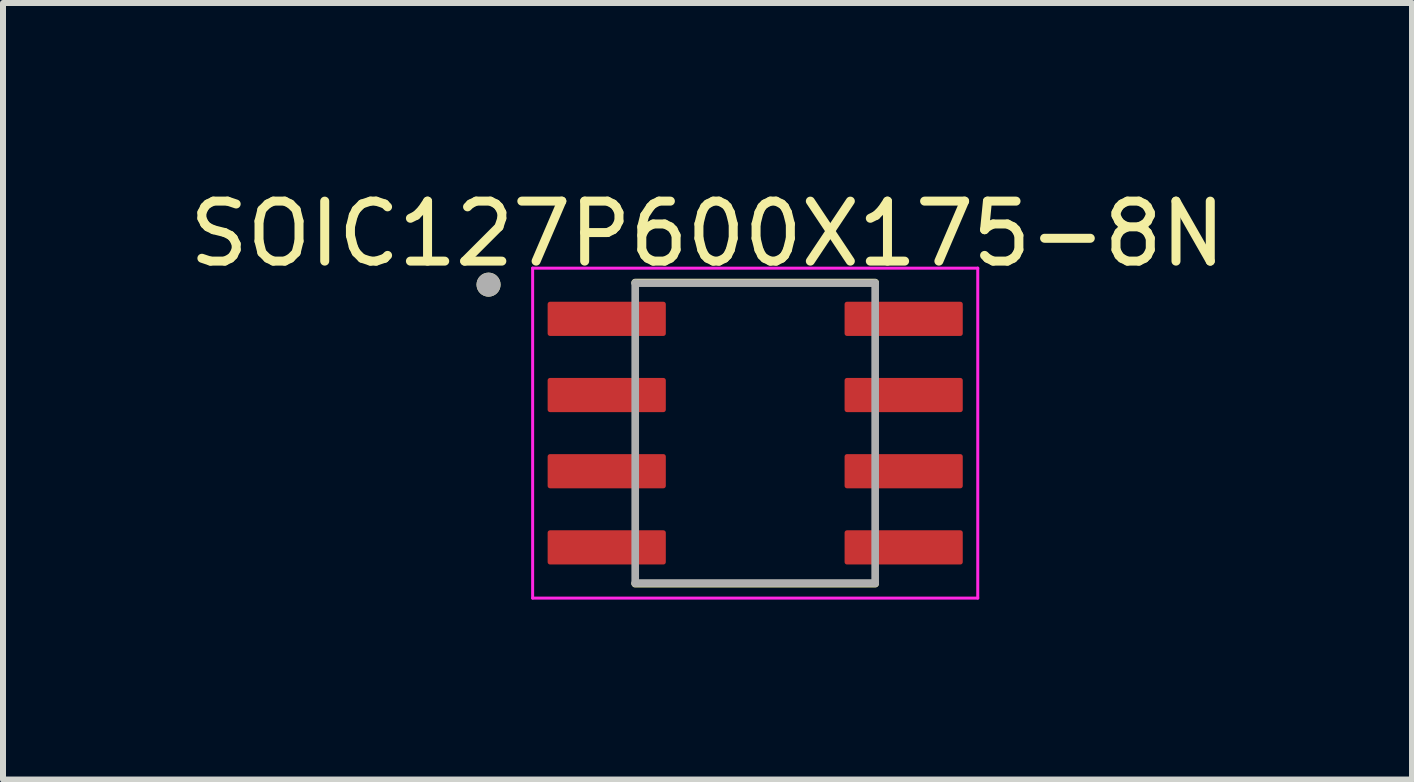
<source format=kicad_pcb>
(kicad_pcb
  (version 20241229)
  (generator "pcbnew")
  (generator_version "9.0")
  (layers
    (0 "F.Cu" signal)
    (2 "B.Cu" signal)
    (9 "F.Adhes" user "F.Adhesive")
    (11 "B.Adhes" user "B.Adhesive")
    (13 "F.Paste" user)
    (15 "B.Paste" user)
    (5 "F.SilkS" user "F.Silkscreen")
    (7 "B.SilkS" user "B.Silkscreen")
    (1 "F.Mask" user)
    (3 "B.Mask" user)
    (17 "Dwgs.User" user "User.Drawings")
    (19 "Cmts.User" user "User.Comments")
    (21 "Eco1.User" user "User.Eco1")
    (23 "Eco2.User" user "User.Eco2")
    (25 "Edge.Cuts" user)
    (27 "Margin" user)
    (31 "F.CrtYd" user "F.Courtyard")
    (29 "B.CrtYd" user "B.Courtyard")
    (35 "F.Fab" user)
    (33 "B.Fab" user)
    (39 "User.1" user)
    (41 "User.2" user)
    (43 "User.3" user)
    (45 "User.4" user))
  (footprint "SOIC127P600X175-8N"
    (layer "F.Cu")
    (at 9.539 4.17)
    (property "Reference" "SOIC127P600X175-8N" (at -0.795 -3.322 0) (layer "F.SilkS") (effects (font (size 1 1) (thickness 0.15))))
    (attr through_hole)
    (fp_line (start -2 -2.51) (end 2 -2.51) (stroke (width 0.127) (type solid)) (layer "F.SilkS"))
    (fp_line (start -2 2.51) (end 2 2.51) (stroke (width 0.127) (type solid)) (layer "F.SilkS"))
    (fp_circle (center -4.445 -2.475) (end -4.345 -2.475) (stroke (width 0.2) (type solid)) (fill no) (layer "F.SilkS"))
    (fp_line (start -3.71 -2.75) (end -3.71 2.75) (stroke (width 0.05) (type solid)) (layer "F.CrtYd"))
    (fp_line (start -3.71 -2.75) (end 3.71 -2.75) (stroke (width 0.05) (type solid)) (layer "F.CrtYd"))
    (fp_line (start -3.71 2.75) (end 3.71 2.75) (stroke (width 0.05) (type solid)) (layer "F.CrtYd"))
    (fp_line (start 3.71 -2.75) (end 3.71 2.75) (stroke (width 0.05) (type solid)) (layer "F.CrtYd"))
    (fp_line (start -2 -2.5) (end -2 2.5) (stroke (width 0.127) (type solid)) (layer "F.Fab"))
    (fp_line (start -2 -2.5) (end 2 -2.5) (stroke (width 0.127) (type solid)) (layer "F.Fab"))
    (fp_line (start -2 2.5) (end 2 2.5) (stroke (width 0.127) (type solid)) (layer "F.Fab"))
    (fp_line (start 2 -2.5) (end 2 2.5) (stroke (width 0.127) (type solid)) (layer "F.Fab"))
    (fp_circle (center -4.445 -2.475) (end -4.345 -2.475) (stroke (width 0.2) (type solid)) (fill no) (layer "F.Fab"))
    (pad "1" smd roundrect (at -2.475 -1.905) (size 1.97 0.57) (layers "F.Cu" "F.Mask" "F.Paste") (roundrect_rratio 0.07))
    (pad "2" smd roundrect (at -2.475 -0.635) (size 1.97 0.57) (layers "F.Cu" "F.Mask" "F.Paste") (roundrect_rratio 0.07))
    (pad "3" smd roundrect (at -2.475 0.635) (size 1.97 0.57) (layers "F.Cu" "F.Mask" "F.Paste") (roundrect_rratio 0.07))
    (pad "4" smd roundrect (at -2.475 1.905) (size 1.97 0.57) (layers "F.Cu" "F.Mask" "F.Paste") (roundrect_rratio 0.07))
    (pad "5" smd roundrect (at 2.475 1.905) (size 1.97 0.57) (layers "F.Cu" "F.Mask" "F.Paste") (roundrect_rratio 0.07))
    (pad "6" smd roundrect (at 2.475 0.635) (size 1.97 0.57) (layers "F.Cu" "F.Mask" "F.Paste") (roundrect_rratio 0.07))
    (pad "7" smd roundrect (at 2.475 -0.635) (size 1.97 0.57) (layers "F.Cu" "F.Mask" "F.Paste") (roundrect_rratio 0.07))
    (pad "8" smd roundrect (at 2.475 -1.905) (size 1.97 0.57) (layers "F.Cu" "F.Mask" "F.Paste") (roundrect_rratio 0.07)))
  (gr_rect
    (start -3 -3)
    (end 20.488 9.945)
    (stroke (width 0.1) (type default))
    (fill no)
    (layer "Edge.Cuts")))
</source>
